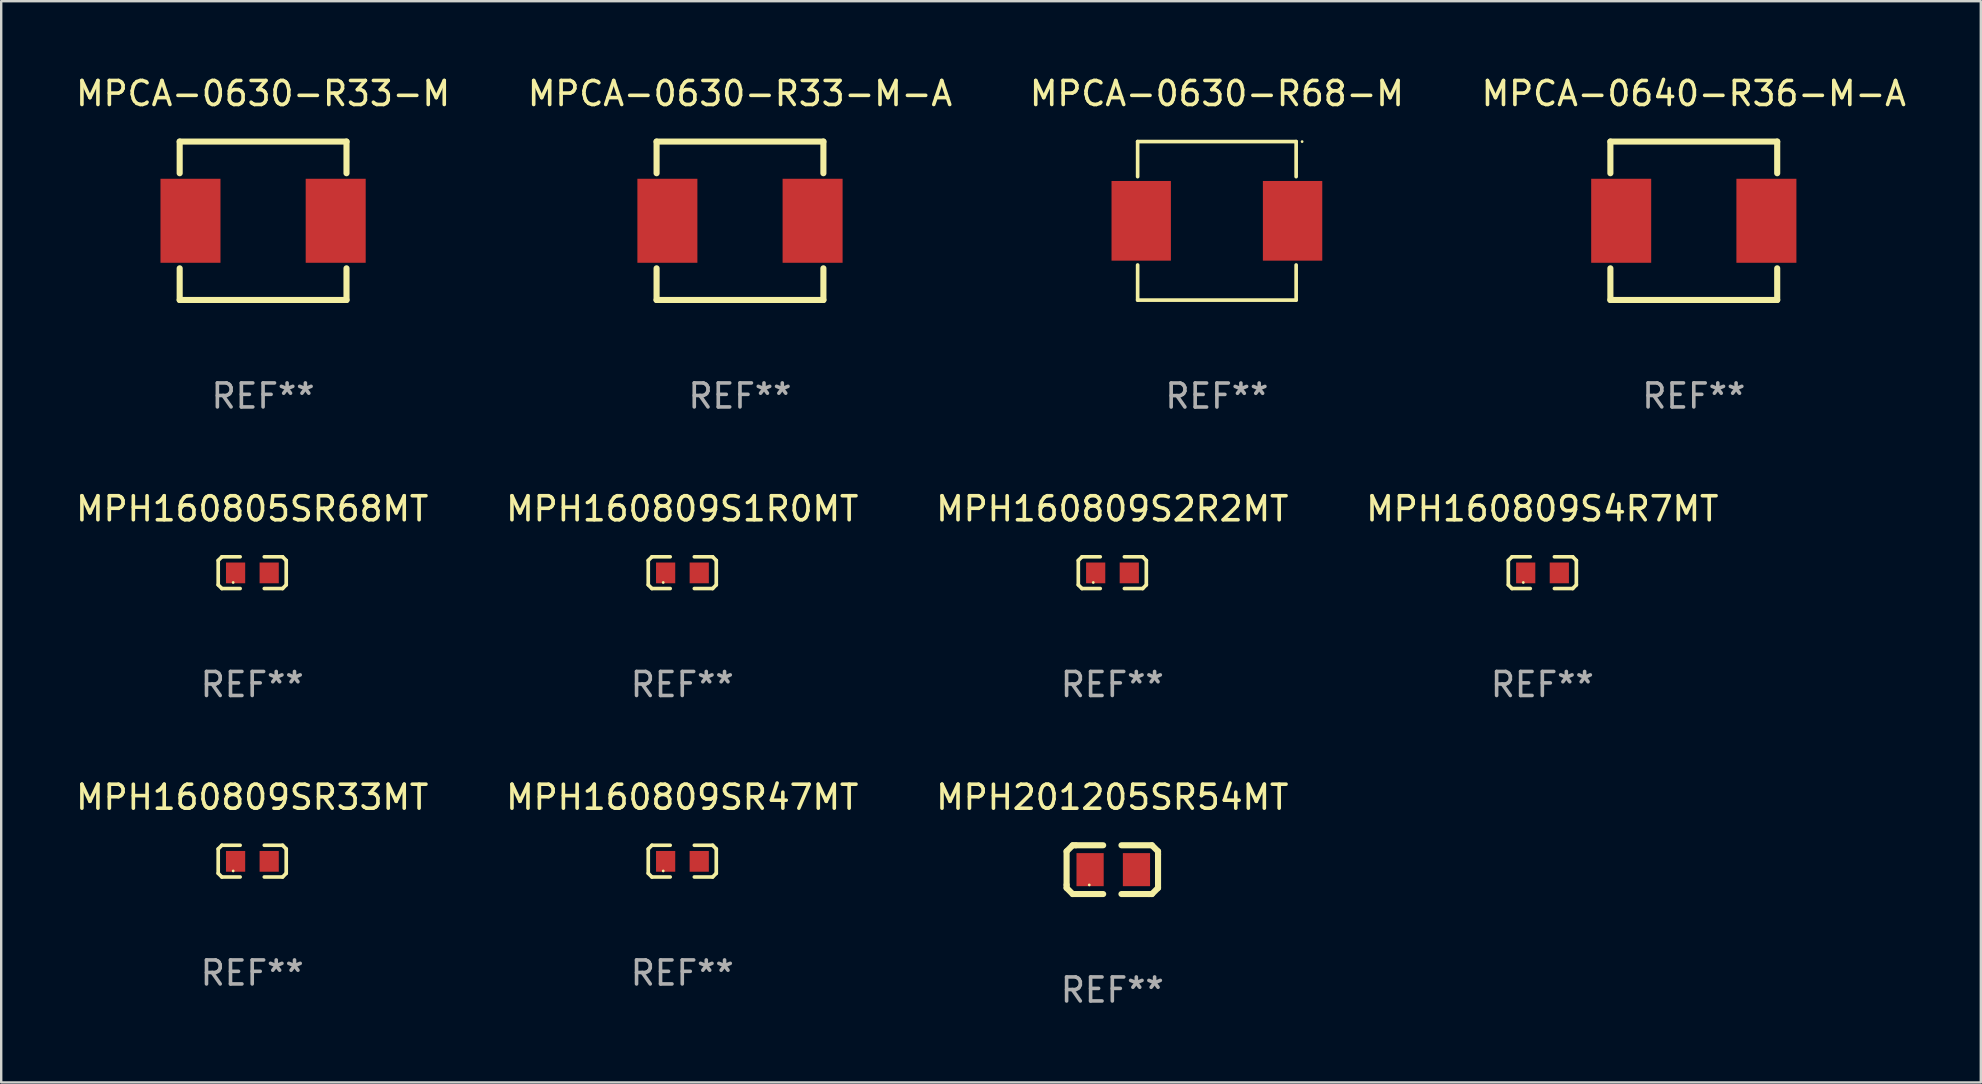
<source format=kicad_pcb>
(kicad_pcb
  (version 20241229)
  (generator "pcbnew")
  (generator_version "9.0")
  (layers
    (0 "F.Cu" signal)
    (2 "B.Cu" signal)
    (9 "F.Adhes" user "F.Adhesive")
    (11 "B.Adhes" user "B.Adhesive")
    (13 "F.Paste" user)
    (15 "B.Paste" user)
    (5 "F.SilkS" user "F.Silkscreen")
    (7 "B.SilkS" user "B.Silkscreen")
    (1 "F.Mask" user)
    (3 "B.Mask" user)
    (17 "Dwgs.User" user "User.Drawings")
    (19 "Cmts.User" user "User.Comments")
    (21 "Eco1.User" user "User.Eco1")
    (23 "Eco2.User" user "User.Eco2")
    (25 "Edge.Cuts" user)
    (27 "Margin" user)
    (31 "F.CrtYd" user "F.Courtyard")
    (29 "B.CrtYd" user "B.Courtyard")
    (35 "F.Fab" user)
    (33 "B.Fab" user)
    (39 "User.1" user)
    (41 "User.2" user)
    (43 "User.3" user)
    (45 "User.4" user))
  (footprint "MPCA-0630-R33-M-A"
    (layer "F.Cu")
    (at 27.78 6.148)
    (property "Reference" "MPCA-0630-R33-M-A" (at 0 -5.3 0) (layer "F.SilkS") (effects (font (size 1 1) (thickness 0.15))))
    (attr through_hole)
    (fp_line (start -3.475 -3.3) (end 3.475 -3.3) (stroke (width 0.254) (type solid)) (layer "F.SilkS"))
    (fp_line (start -3.475 -1.981) (end -3.475 -3.3) (stroke (width 0.254) (type solid)) (layer "F.SilkS"))
    (fp_line (start -3.475 3.3) (end -3.475 1.981) (stroke (width 0.254) (type solid)) (layer "F.SilkS"))
    (fp_line (start -3.475 3.3) (end 3.475 3.3) (stroke (width 0.254) (type solid)) (layer "F.SilkS"))
    (fp_line (start 3.475 -1.981) (end 3.475 -3.3) (stroke (width 0.254) (type solid)) (layer "F.SilkS"))
    (fp_line (start 3.475 3.3) (end 3.475 1.981) (stroke (width 0.254) (type solid)) (layer "F.SilkS"))
    (fp_circle (center -3.5 3.3) (end -3.47 3.3) (stroke (width 0.06) (type solid)) (fill no) (layer "F.SilkS"))
    (fp_text user "REF**" (at 0 7.3 0) (layer "F.Fab") (effects (font (size 1 1) (thickness 0.15))))
    (pad "1" smd rect (at -3.025 0) (size 2.5 3.5) (layers "F.Cu" "F.Mask" "F.Paste"))
    (pad "2" smd rect (at 3.025 0) (size 2.5 3.5) (layers "F.Cu" "F.Mask" "F.Paste")))
  (footprint "MPH160809S4R7MT"
    (layer "F.Cu")
    (at 61.208 20.809)
    (property "Reference" "MPH160809S4R7MT" (at 0 -2.661 0) (layer "F.SilkS") (effects (font (size 1 1) (thickness 0.15))))
    (attr through_hole)
    (fp_line (start -1.417 -0.508) (end -1.265 -0.661) (stroke (width 0.152) (type solid)) (layer "F.SilkS"))
    (fp_line (start -1.417 0.508) (end -1.417 -0.508) (stroke (width 0.152) (type solid)) (layer "F.SilkS"))
    (fp_line (start -1.265 -0.661) (end -0.503 -0.661) (stroke (width 0.152) (type solid)) (layer "F.SilkS"))
    (fp_line (start -1.265 0.661) (end -1.417 0.508) (stroke (width 0.152) (type solid)) (layer "F.SilkS"))
    (fp_line (start -1.265 0.661) (end -0.503 0.661) (stroke (width 0.152) (type solid)) (layer "F.SilkS"))
    (fp_line (start 1.265 -0.661) (end 0.503 -0.661) (stroke (width 0.152) (type solid)) (layer "F.SilkS"))
    (fp_line (start 1.265 -0.661) (end 1.417 -0.508) (stroke (width 0.152) (type solid)) (layer "F.SilkS"))
    (fp_line (start 1.265 0.661) (end 0.503 0.661) (stroke (width 0.152) (type solid)) (layer "F.SilkS"))
    (fp_line (start 1.417 -0.508) (end 1.417 0.508) (stroke (width 0.152) (type solid)) (layer "F.SilkS"))
    (fp_line (start 1.417 0.508) (end 1.265 0.661) (stroke (width 0.152) (type solid)) (layer "F.SilkS"))
    (fp_circle (center -0.793 0.409) (end -0.763 0.409) (stroke (width 0.06) (type solid)) (fill no) (layer "F.SilkS"))
    (fp_text user "REF**" (at 0 4.661 0) (layer "F.Fab") (effects (font (size 1 1) (thickness 0.15))))
    (pad "1" smd rect (at -0.693 0.009 180) (size 0.8 0.864) (layers "F.Cu" "F.Mask" "F.Paste"))
    (pad "2" smd rect (at 0.707 0.009 180) (size 0.8 0.864) (layers "F.Cu" "F.Mask" "F.Paste")))
  (footprint "MPCA-0630-R33-M"
    (layer "F.Cu")
    (at 7.911 6.148)
    (property "Reference" "MPCA-0630-R33-M" (at 0 -5.3 0) (layer "F.SilkS") (effects (font (size 1 1) (thickness 0.15))))
    (attr through_hole)
    (fp_line (start -3.475 -3.3) (end 3.475 -3.3) (stroke (width 0.254) (type solid)) (layer "F.SilkS"))
    (fp_line (start -3.475 -1.981) (end -3.475 -3.3) (stroke (width 0.254) (type solid)) (layer "F.SilkS"))
    (fp_line (start -3.475 3.3) (end -3.475 1.981) (stroke (width 0.254) (type solid)) (layer "F.SilkS"))
    (fp_line (start -3.475 3.3) (end 3.475 3.3) (stroke (width 0.254) (type solid)) (layer "F.SilkS"))
    (fp_line (start 3.475 -1.981) (end 3.475 -3.3) (stroke (width 0.254) (type solid)) (layer "F.SilkS"))
    (fp_line (start 3.475 3.3) (end 3.475 1.981) (stroke (width 0.254) (type solid)) (layer "F.SilkS"))
    (fp_circle (center -3.5 3.3) (end -3.47 3.3) (stroke (width 0.06) (type solid)) (fill no) (layer "F.SilkS"))
    (fp_text user "REF**" (at 0 7.3 0) (layer "F.Fab") (effects (font (size 1 1) (thickness 0.15))))
    (pad "1" smd rect (at -3.025 0) (size 2.5 3.5) (layers "F.Cu" "F.Mask" "F.Paste"))
    (pad "2" smd rect (at 3.025 0) (size 2.5 3.5) (layers "F.Cu" "F.Mask" "F.Paste")))
  (footprint "MPH160809SR47MT"
    (layer "F.Cu")
    (at 25.375 32.827)
    (property "Reference" "MPH160809SR47MT" (at 0 -2.661 0) (layer "F.SilkS") (effects (font (size 1 1) (thickness 0.15))))
    (attr through_hole)
    (fp_line (start -1.417 -0.508) (end -1.265 -0.661) (stroke (width 0.152) (type solid)) (layer "F.SilkS"))
    (fp_line (start -1.417 0.508) (end -1.417 -0.508) (stroke (width 0.152) (type solid)) (layer "F.SilkS"))
    (fp_line (start -1.265 -0.661) (end -0.503 -0.661) (stroke (width 0.152) (type solid)) (layer "F.SilkS"))
    (fp_line (start -1.265 0.661) (end -1.417 0.508) (stroke (width 0.152) (type solid)) (layer "F.SilkS"))
    (fp_line (start -1.265 0.661) (end -0.503 0.661) (stroke (width 0.152) (type solid)) (layer "F.SilkS"))
    (fp_line (start 1.265 -0.661) (end 0.503 -0.661) (stroke (width 0.152) (type solid)) (layer "F.SilkS"))
    (fp_line (start 1.265 -0.661) (end 1.417 -0.508) (stroke (width 0.152) (type solid)) (layer "F.SilkS"))
    (fp_line (start 1.265 0.661) (end 0.503 0.661) (stroke (width 0.152) (type solid)) (layer "F.SilkS"))
    (fp_line (start 1.417 -0.508) (end 1.417 0.508) (stroke (width 0.152) (type solid)) (layer "F.SilkS"))
    (fp_line (start 1.417 0.508) (end 1.265 0.661) (stroke (width 0.152) (type solid)) (layer "F.SilkS"))
    (fp_circle (center -0.793 0.409) (end -0.763 0.409) (stroke (width 0.06) (type solid)) (fill no) (layer "F.SilkS"))
    (fp_text user "REF**" (at 0 4.661 0) (layer "F.Fab") (effects (font (size 1 1) (thickness 0.15))))
    (pad "1" smd rect (at -0.693 0.009 180) (size 0.8 0.864) (layers "F.Cu" "F.Mask" "F.Paste"))
    (pad "2" smd rect (at 0.707 0.009 180) (size 0.8 0.864) (layers "F.Cu" "F.Mask" "F.Paste")))
  (footprint "MPH160809SR33MT"
    (layer "F.Cu")
    (at 7.458 32.827)
    (property "Reference" "MPH160809SR33MT" (at 0 -2.661 0) (layer "F.SilkS") (effects (font (size 1 1) (thickness 0.15))))
    (attr through_hole)
    (fp_line (start -1.417 -0.508) (end -1.265 -0.661) (stroke (width 0.152) (type solid)) (layer "F.SilkS"))
    (fp_line (start -1.417 0.508) (end -1.417 -0.508) (stroke (width 0.152) (type solid)) (layer "F.SilkS"))
    (fp_line (start -1.265 -0.661) (end -0.503 -0.661) (stroke (width 0.152) (type solid)) (layer "F.SilkS"))
    (fp_line (start -1.265 0.661) (end -1.417 0.508) (stroke (width 0.152) (type solid)) (layer "F.SilkS"))
    (fp_line (start -1.265 0.661) (end -0.503 0.661) (stroke (width 0.152) (type solid)) (layer "F.SilkS"))
    (fp_line (start 1.265 -0.661) (end 0.503 -0.661) (stroke (width 0.152) (type solid)) (layer "F.SilkS"))
    (fp_line (start 1.265 -0.661) (end 1.417 -0.508) (stroke (width 0.152) (type solid)) (layer "F.SilkS"))
    (fp_line (start 1.265 0.661) (end 0.503 0.661) (stroke (width 0.152) (type solid)) (layer "F.SilkS"))
    (fp_line (start 1.417 -0.508) (end 1.417 0.508) (stroke (width 0.152) (type solid)) (layer "F.SilkS"))
    (fp_line (start 1.417 0.508) (end 1.265 0.661) (stroke (width 0.152) (type solid)) (layer "F.SilkS"))
    (fp_circle (center -0.793 0.409) (end -0.763 0.409) (stroke (width 0.06) (type solid)) (fill no) (layer "F.SilkS"))
    (fp_text user "REF**" (at 0 4.661 0) (layer "F.Fab") (effects (font (size 1 1) (thickness 0.15))))
    (pad "1" smd rect (at -0.693 0.009 180) (size 0.8 0.864) (layers "F.Cu" "F.Mask" "F.Paste"))
    (pad "2" smd rect (at 0.707 0.009 180) (size 0.8 0.864) (layers "F.Cu" "F.Mask" "F.Paste")))
  (footprint "MPH160805SR68MT"
    (layer "F.Cu")
    (at 7.458 20.809)
    (property "Reference" "MPH160805SR68MT" (at 0 -2.661 0) (layer "F.SilkS") (effects (font (size 1 1) (thickness 0.15))))
    (attr through_hole)
    (fp_line (start -1.417 -0.508) (end -1.265 -0.661) (stroke (width 0.152) (type solid)) (layer "F.SilkS"))
    (fp_line (start -1.417 0.508) (end -1.417 -0.508) (stroke (width 0.152) (type solid)) (layer "F.SilkS"))
    (fp_line (start -1.265 -0.661) (end -0.503 -0.661) (stroke (width 0.152) (type solid)) (layer "F.SilkS"))
    (fp_line (start -1.265 0.661) (end -1.417 0.508) (stroke (width 0.152) (type solid)) (layer "F.SilkS"))
    (fp_line (start -1.265 0.661) (end -0.503 0.661) (stroke (width 0.152) (type solid)) (layer "F.SilkS"))
    (fp_line (start 1.265 -0.661) (end 0.503 -0.661) (stroke (width 0.152) (type solid)) (layer "F.SilkS"))
    (fp_line (start 1.265 -0.661) (end 1.417 -0.508) (stroke (width 0.152) (type solid)) (layer "F.SilkS"))
    (fp_line (start 1.265 0.661) (end 0.503 0.661) (stroke (width 0.152) (type solid)) (layer "F.SilkS"))
    (fp_line (start 1.417 -0.508) (end 1.417 0.508) (stroke (width 0.152) (type solid)) (layer "F.SilkS"))
    (fp_line (start 1.417 0.508) (end 1.265 0.661) (stroke (width 0.152) (type solid)) (layer "F.SilkS"))
    (fp_circle (center -0.793 0.409) (end -0.763 0.409) (stroke (width 0.06) (type solid)) (fill no) (layer "F.SilkS"))
    (fp_text user "REF**" (at 0 4.661 0) (layer "F.Fab") (effects (font (size 1 1) (thickness 0.15))))
    (pad "1" smd rect (at -0.693 0.009 180) (size 0.8 0.864) (layers "F.Cu" "F.Mask" "F.Paste"))
    (pad "2" smd rect (at 0.707 0.009 180) (size 0.8 0.864) (layers "F.Cu" "F.Mask" "F.Paste")))
  (footprint "MPCA-0630-R68-M"
    (layer "F.Cu")
    (at 47.649 6.15)
    (property "Reference" "MPCA-0630-R68-M" (at 0 -5.302 0) (layer "F.SilkS") (effects (font (size 1 1) (thickness 0.15))))
    (attr through_hole)
    (fp_line (start -3.302 -3.302) (end -3.302 -1.84) (stroke (width 0.152) (type solid)) (layer "F.SilkS"))
    (fp_line (start -3.302 1.84) (end -3.302 3.302) (stroke (width 0.152) (type solid)) (layer "F.SilkS"))
    (fp_line (start -3.302 3.302) (end 3.302 3.302) (stroke (width 0.152) (type solid)) (layer "F.SilkS"))
    (fp_line (start 3.302 -3.302) (end -3.302 -3.302) (stroke (width 0.152) (type solid)) (layer "F.SilkS"))
    (fp_line (start 3.302 -1.84) (end 3.302 -3.302) (stroke (width 0.152) (type solid)) (layer "F.SilkS"))
    (fp_line (start 3.302 3.302) (end 3.302 1.84) (stroke (width 0.152) (type solid)) (layer "F.SilkS"))
    (fp_circle (center 3.55 -3.3) (end 3.58 -3.3) (stroke (width 0.06) (type solid)) (fill no) (layer "F.SilkS"))
    (fp_text user "REF**" (at 0 7.302 0) (layer "F.Fab") (effects (font (size 1 1) (thickness 0.15))))
    (pad "1" smd rect (at 3.153 0) (size 2.474 3.32) (layers "F.Cu" "F.Mask" "F.Paste"))
    (pad "2" smd rect (at -3.153 0) (size 2.474 3.32) (layers "F.Cu" "F.Mask" "F.Paste")))
  (footprint "MPH201205SR54MT"
    (layer "F.Cu")
    (at 43.292 33.182)
    (property "Reference" "MPH201205SR54MT" (at 0 -3.016 0) (layer "F.SilkS") (effects (font (size 1 1) (thickness 0.15))))
    (attr through_hole)
    (fp_line (start -1.905 -0.762) (end -1.905 0.635) (stroke (width 0.254) (type solid)) (layer "F.SilkS"))
    (fp_line (start -1.905 0.635) (end -1.905 0.762) (stroke (width 0.254) (type solid)) (layer "F.SilkS"))
    (fp_line (start -1.905 0.762) (end -1.651 1.016) (stroke (width 0.254) (type solid)) (layer "F.SilkS"))
    (fp_line (start -1.651 -1.016) (end -1.905 -0.762) (stroke (width 0.254) (type solid)) (layer "F.SilkS"))
    (fp_line (start -1.651 1.016) (end -0.381 1.016) (stroke (width 0.254) (type solid)) (layer "F.SilkS"))
    (fp_line (start -1.524 -1.016) (end -1.651 -1.016) (stroke (width 0.254) (type solid)) (layer "F.SilkS"))
    (fp_line (start -0.381 -1.016) (end -1.524 -1.016) (stroke (width 0.254) (type solid)) (layer "F.SilkS"))
    (fp_line (start 0.381 1.016) (end 1.524 1.016) (stroke (width 0.254) (type solid)) (layer "F.SilkS"))
    (fp_line (start 1.524 1.016) (end 1.651 1.016) (stroke (width 0.254) (type solid)) (layer "F.SilkS"))
    (fp_line (start 1.651 -1.016) (end 0.381 -1.016) (stroke (width 0.254) (type solid)) (layer "F.SilkS"))
    (fp_line (start 1.651 1.016) (end 1.905 0.762) (stroke (width 0.254) (type solid)) (layer "F.SilkS"))
    (fp_line (start 1.905 -0.762) (end 1.651 -1.016) (stroke (width 0.254) (type solid)) (layer "F.SilkS"))
    (fp_line (start 1.905 -0.635) (end 1.905 -0.762) (stroke (width 0.254) (type solid)) (layer "F.SilkS"))
    (fp_line (start 1.905 0.762) (end 1.905 -0.635) (stroke (width 0.254) (type solid)) (layer "F.SilkS"))
    (fp_circle (center -0.96 0.637) (end -0.93 0.637) (stroke (width 0.06) (type solid)) (fill no) (layer "F.SilkS"))
    (fp_text user "REF**" (at 0 5.016 0) (layer "F.Fab") (effects (font (size 1 1) (thickness 0.15))))
    (pad "1" smd rect (at -0.926 -0.000051) (size 1.133 1.377) (layers "F.Cu" "F.Mask" "F.Paste"))
    (pad "2" smd rect (at 1.006 -0.000051) (size 1.133 1.377) (layers "F.Cu" "F.Mask" "F.Paste")))
  (footprint "MPH160809S1R0MT"
    (layer "F.Cu")
    (at 25.375 20.809)
    (property "Reference" "MPH160809S1R0MT" (at 0 -2.661 0) (layer "F.SilkS") (effects (font (size 1 1) (thickness 0.15))))
    (attr through_hole)
    (fp_line (start -1.417 -0.508) (end -1.265 -0.661) (stroke (width 0.152) (type solid)) (layer "F.SilkS"))
    (fp_line (start -1.417 0.508) (end -1.417 -0.508) (stroke (width 0.152) (type solid)) (layer "F.SilkS"))
    (fp_line (start -1.265 -0.661) (end -0.503 -0.661) (stroke (width 0.152) (type solid)) (layer "F.SilkS"))
    (fp_line (start -1.265 0.661) (end -1.417 0.508) (stroke (width 0.152) (type solid)) (layer "F.SilkS"))
    (fp_line (start -1.265 0.661) (end -0.503 0.661) (stroke (width 0.152) (type solid)) (layer "F.SilkS"))
    (fp_line (start 1.265 -0.661) (end 0.503 -0.661) (stroke (width 0.152) (type solid)) (layer "F.SilkS"))
    (fp_line (start 1.265 -0.661) (end 1.417 -0.508) (stroke (width 0.152) (type solid)) (layer "F.SilkS"))
    (fp_line (start 1.265 0.661) (end 0.503 0.661) (stroke (width 0.152) (type solid)) (layer "F.SilkS"))
    (fp_line (start 1.417 -0.508) (end 1.417 0.508) (stroke (width 0.152) (type solid)) (layer "F.SilkS"))
    (fp_line (start 1.417 0.508) (end 1.265 0.661) (stroke (width 0.152) (type solid)) (layer "F.SilkS"))
    (fp_circle (center -0.793 0.409) (end -0.763 0.409) (stroke (width 0.06) (type solid)) (fill no) (layer "F.SilkS"))
    (fp_text user "REF**" (at 0 4.661 0) (layer "F.Fab") (effects (font (size 1 1) (thickness 0.15))))
    (pad "1" smd rect (at -0.693 0.009 180) (size 0.8 0.864) (layers "F.Cu" "F.Mask" "F.Paste"))
    (pad "2" smd rect (at 0.707 0.009 180) (size 0.8 0.864) (layers "F.Cu" "F.Mask" "F.Paste")))
  (footprint "MPH160809S2R2MT"
    (layer "F.Cu")
    (at 43.292 20.809)
    (property "Reference" "MPH160809S2R2MT" (at 0 -2.661 0) (layer "F.SilkS") (effects (font (size 1 1) (thickness 0.15))))
    (attr through_hole)
    (fp_line (start -1.417 -0.508) (end -1.265 -0.661) (stroke (width 0.152) (type solid)) (layer "F.SilkS"))
    (fp_line (start -1.417 0.508) (end -1.417 -0.508) (stroke (width 0.152) (type solid)) (layer "F.SilkS"))
    (fp_line (start -1.265 -0.661) (end -0.503 -0.661) (stroke (width 0.152) (type solid)) (layer "F.SilkS"))
    (fp_line (start -1.265 0.661) (end -1.417 0.508) (stroke (width 0.152) (type solid)) (layer "F.SilkS"))
    (fp_line (start -1.265 0.661) (end -0.503 0.661) (stroke (width 0.152) (type solid)) (layer "F.SilkS"))
    (fp_line (start 1.265 -0.661) (end 0.503 -0.661) (stroke (width 0.152) (type solid)) (layer "F.SilkS"))
    (fp_line (start 1.265 -0.661) (end 1.417 -0.508) (stroke (width 0.152) (type solid)) (layer "F.SilkS"))
    (fp_line (start 1.265 0.661) (end 0.503 0.661) (stroke (width 0.152) (type solid)) (layer "F.SilkS"))
    (fp_line (start 1.417 -0.508) (end 1.417 0.508) (stroke (width 0.152) (type solid)) (layer "F.SilkS"))
    (fp_line (start 1.417 0.508) (end 1.265 0.661) (stroke (width 0.152) (type solid)) (layer "F.SilkS"))
    (fp_circle (center -0.793 0.409) (end -0.763 0.409) (stroke (width 0.06) (type solid)) (fill no) (layer "F.SilkS"))
    (fp_text user "REF**" (at 0 4.661 0) (layer "F.Fab") (effects (font (size 1 1) (thickness 0.15))))
    (pad "1" smd rect (at -0.693 0.009 180) (size 0.8 0.864) (layers "F.Cu" "F.Mask" "F.Paste"))
    (pad "2" smd rect (at 0.707 0.009 180) (size 0.8 0.864) (layers "F.Cu" "F.Mask" "F.Paste")))
  (footprint "MPCA-0640-R36-M-A"
    (layer "F.Cu")
    (at 67.518 6.148)
    (property "Reference" "MPCA-0640-R36-M-A" (at 0 -5.3 0) (layer "F.SilkS") (effects (font (size 1 1) (thickness 0.15))))
    (attr through_hole)
    (fp_line (start -3.475 -3.3) (end 3.475 -3.3) (stroke (width 0.254) (type solid)) (layer "F.SilkS"))
    (fp_line (start -3.475 -1.981) (end -3.475 -3.3) (stroke (width 0.254) (type solid)) (layer "F.SilkS"))
    (fp_line (start -3.475 3.3) (end -3.475 1.981) (stroke (width 0.254) (type solid)) (layer "F.SilkS"))
    (fp_line (start -3.475 3.3) (end 3.475 3.3) (stroke (width 0.254) (type solid)) (layer "F.SilkS"))
    (fp_line (start 3.475 -1.981) (end 3.475 -3.3) (stroke (width 0.254) (type solid)) (layer "F.SilkS"))
    (fp_line (start 3.475 3.3) (end 3.475 1.981) (stroke (width 0.254) (type solid)) (layer "F.SilkS"))
    (fp_circle (center -3.5 3.3) (end -3.47 3.3) (stroke (width 0.06) (type solid)) (fill no) (layer "F.SilkS"))
    (fp_text user "REF**" (at 0 7.3 0) (layer "F.Fab") (effects (font (size 1 1) (thickness 0.15))))
    (pad "1" smd rect (at -3.025 0) (size 2.5 3.5) (layers "F.Cu" "F.Mask" "F.Paste"))
    (pad "2" smd rect (at 3.025 0) (size 2.5 3.5) (layers "F.Cu" "F.Mask" "F.Paste")))
  (gr_rect
    (start -3 -3)
    (end 79.476 42.047)
    (stroke (width 0.1) (type default))
    (fill no)
    (layer "Edge.Cuts")))
</source>
